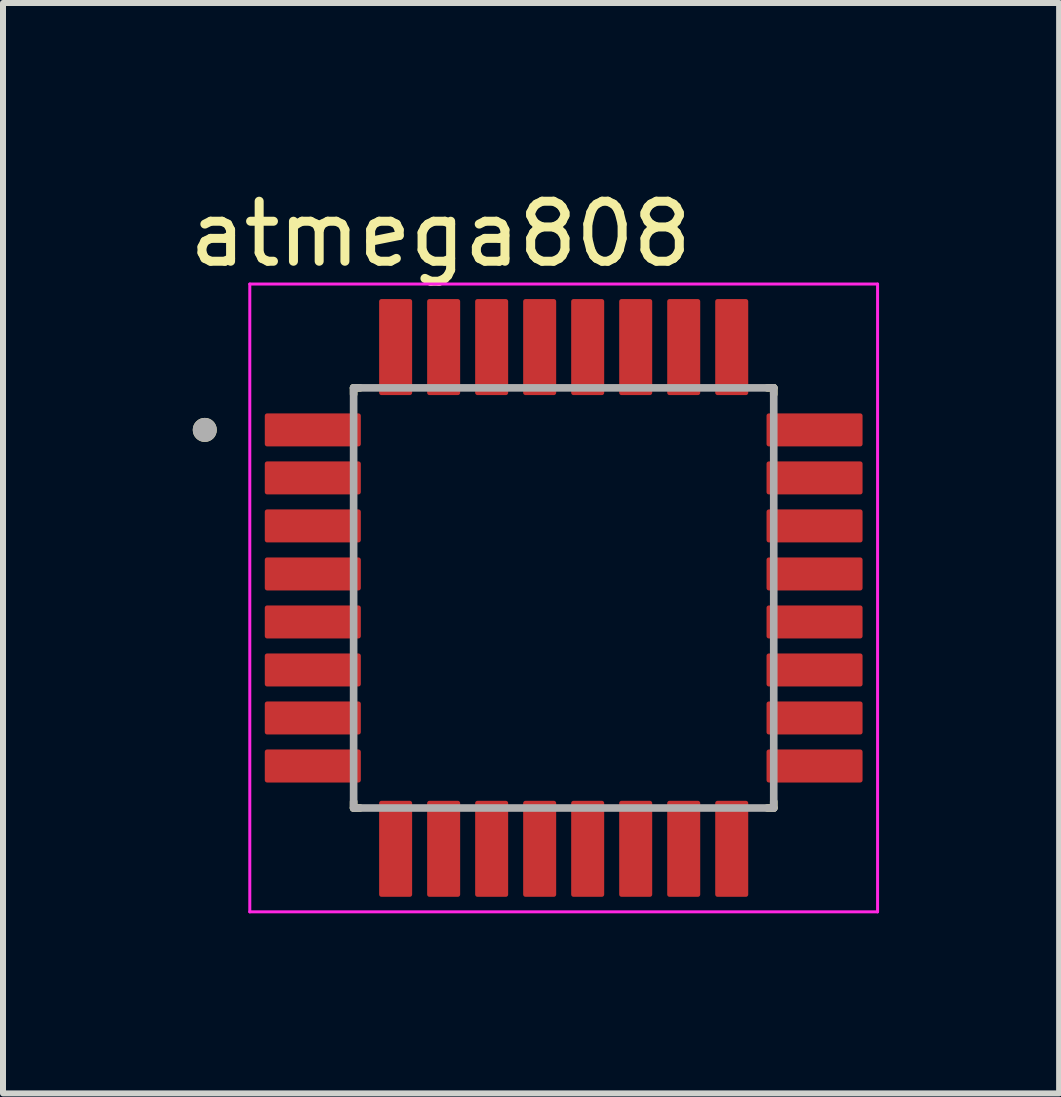
<source format=kicad_pcb>
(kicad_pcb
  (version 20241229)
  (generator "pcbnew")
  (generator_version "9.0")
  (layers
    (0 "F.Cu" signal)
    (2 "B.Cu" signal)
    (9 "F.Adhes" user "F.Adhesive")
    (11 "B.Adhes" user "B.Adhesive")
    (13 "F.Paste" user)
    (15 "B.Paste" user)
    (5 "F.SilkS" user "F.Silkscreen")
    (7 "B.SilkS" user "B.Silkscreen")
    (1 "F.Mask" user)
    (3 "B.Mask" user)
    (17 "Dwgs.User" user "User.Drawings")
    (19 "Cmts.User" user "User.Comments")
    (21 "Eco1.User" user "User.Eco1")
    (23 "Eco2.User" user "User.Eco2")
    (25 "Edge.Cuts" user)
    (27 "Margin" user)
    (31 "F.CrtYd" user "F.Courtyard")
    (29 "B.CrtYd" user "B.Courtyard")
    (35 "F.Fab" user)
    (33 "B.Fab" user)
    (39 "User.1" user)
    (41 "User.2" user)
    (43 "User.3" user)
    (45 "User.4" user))
  (footprint "atmega808"
    (layer "F.Cu")
    (at 6.342 6.913)
    (property "Reference" "atmega808" (at -2.05 -6.065 0) (layer "F.SilkS") (effects (font (size 1 1) (thickness 0.15))))
    (attr smd)
    (fp_line (start -3.5 -3.5) (end -3.5 -3.395) (stroke (width 0.127) (type solid)) (layer "F.SilkS"))
    (fp_line (start -3.5 -3.5) (end -3.395 -3.5) (stroke (width 0.127) (type solid)) (layer "F.SilkS"))
    (fp_line (start -3.5 3.5) (end -3.5 3.395) (stroke (width 0.127) (type solid)) (layer "F.SilkS"))
    (fp_line (start -3.5 3.5) (end -3.395 3.5) (stroke (width 0.127) (type solid)) (layer "F.SilkS"))
    (fp_line (start 3.5 -3.5) (end 3.395 -3.5) (stroke (width 0.127) (type solid)) (layer "F.SilkS"))
    (fp_line (start 3.5 -3.5) (end 3.5 -3.395) (stroke (width 0.127) (type solid)) (layer "F.SilkS"))
    (fp_line (start 3.5 3.5) (end 3.395 3.5) (stroke (width 0.127) (type solid)) (layer "F.SilkS"))
    (fp_line (start 3.5 3.5) (end 3.5 3.395) (stroke (width 0.127) (type solid)) (layer "F.SilkS"))
    (fp_circle (center -5.98 -2.8) (end -5.88 -2.8) (stroke (width 0.2) (type solid)) (fill no) (layer "F.SilkS"))
    (fp_line (start -5.23 -5.23) (end 5.23 -5.23) (stroke (width 0.05) (type solid)) (layer "F.CrtYd"))
    (fp_line (start -5.23 5.23) (end -5.23 -5.23) (stroke (width 0.05) (type solid)) (layer "F.CrtYd"))
    (fp_line (start -5.23 5.23) (end 5.23 5.23) (stroke (width 0.05) (type solid)) (layer "F.CrtYd"))
    (fp_line (start 5.23 5.23) (end 5.23 -5.23) (stroke (width 0.05) (type solid)) (layer "F.CrtYd"))
    (fp_line (start -3.5 3.5) (end -3.5 -3.5) (stroke (width 0.127) (type solid)) (layer "F.Fab"))
    (fp_line (start 3.5 -3.5) (end -3.5 -3.5) (stroke (width 0.127) (type solid)) (layer "F.Fab"))
    (fp_line (start 3.5 3.5) (end -3.5 3.5) (stroke (width 0.127) (type solid)) (layer "F.Fab"))
    (fp_line (start 3.5 3.5) (end 3.5 -3.5) (stroke (width 0.127) (type solid)) (layer "F.Fab"))
    (fp_circle (center -5.98 -2.8) (end -5.88 -2.8) (stroke (width 0.2) (type solid)) (fill no) (layer "F.Fab"))
    (pad "1" smd roundrect (at -4.18 -2.8) (size 1.6 0.55) (layers "F.Cu" "F.Mask" "F.Paste") (roundrect_rratio 0.07))
    (pad "2" smd roundrect (at -4.18 -2) (size 1.6 0.55) (layers "F.Cu" "F.Mask" "F.Paste") (roundrect_rratio 0.07))
    (pad "3" smd roundrect (at -4.18 -1.2) (size 1.6 0.55) (layers "F.Cu" "F.Mask" "F.Paste") (roundrect_rratio 0.07))
    (pad "4" smd roundrect (at -4.18 -0.4) (size 1.6 0.55) (layers "F.Cu" "F.Mask" "F.Paste") (roundrect_rratio 0.07))
    (pad "5" smd roundrect (at -4.18 0.4) (size 1.6 0.55) (layers "F.Cu" "F.Mask" "F.Paste") (roundrect_rratio 0.07))
    (pad "6" smd roundrect (at -4.18 1.2) (size 1.6 0.55) (layers "F.Cu" "F.Mask" "F.Paste") (roundrect_rratio 0.07))
    (pad "7" smd roundrect (at -4.18 2) (size 1.6 0.55) (layers "F.Cu" "F.Mask" "F.Paste") (roundrect_rratio 0.07))
    (pad "8" smd roundrect (at -4.18 2.8) (size 1.6 0.55) (layers "F.Cu" "F.Mask" "F.Paste") (roundrect_rratio 0.07))
    (pad "9" smd roundrect (at -2.8 4.18 90) (size 1.6 0.55) (layers "F.Cu" "F.Mask" "F.Paste") (roundrect_rratio 0.07))
    (pad "10" smd roundrect (at -2 4.18 90) (size 1.6 0.55) (layers "F.Cu" "F.Mask" "F.Paste") (roundrect_rratio 0.07))
    (pad "11" smd roundrect (at -1.2 4.18 90) (size 1.6 0.55) (layers "F.Cu" "F.Mask" "F.Paste") (roundrect_rratio 0.07))
    (pad "12" smd roundrect (at -0.4 4.18 90) (size 1.6 0.55) (layers "F.Cu" "F.Mask" "F.Paste") (roundrect_rratio 0.07))
    (pad "13" smd roundrect (at 0.4 4.18 90) (size 1.6 0.55) (layers "F.Cu" "F.Mask" "F.Paste") (roundrect_rratio 0.07))
    (pad "14" smd roundrect (at 1.2 4.18 90) (size 1.6 0.55) (layers "F.Cu" "F.Mask" "F.Paste") (roundrect_rratio 0.07))
    (pad "15" smd roundrect (at 2 4.18 90) (size 1.6 0.55) (layers "F.Cu" "F.Mask" "F.Paste") (roundrect_rratio 0.07))
    (pad "16" smd roundrect (at 2.8 4.18 90) (size 1.6 0.55) (layers "F.Cu" "F.Mask" "F.Paste") (roundrect_rratio 0.07))
    (pad "17" smd roundrect (at 4.18 2.8) (size 1.6 0.55) (layers "F.Cu" "F.Mask" "F.Paste") (roundrect_rratio 0.07))
    (pad "18" smd roundrect (at 4.18 2) (size 1.6 0.55) (layers "F.Cu" "F.Mask" "F.Paste") (roundrect_rratio 0.07))
    (pad "19" smd roundrect (at 4.18 1.2) (size 1.6 0.55) (layers "F.Cu" "F.Mask" "F.Paste") (roundrect_rratio 0.07))
    (pad "20" smd roundrect (at 4.18 0.4) (size 1.6 0.55) (layers "F.Cu" "F.Mask" "F.Paste") (roundrect_rratio 0.07))
    (pad "21" smd roundrect (at 4.18 -0.4) (size 1.6 0.55) (layers "F.Cu" "F.Mask" "F.Paste") (roundrect_rratio 0.07))
    (pad "22" smd roundrect (at 4.18 -1.2) (size 1.6 0.55) (layers "F.Cu" "F.Mask" "F.Paste") (roundrect_rratio 0.07))
    (pad "23" smd roundrect (at 4.18 -2) (size 1.6 0.55) (layers "F.Cu" "F.Mask" "F.Paste") (roundrect_rratio 0.07))
    (pad "24" smd roundrect (at 4.18 -2.8) (size 1.6 0.55) (layers "F.Cu" "F.Mask" "F.Paste") (roundrect_rratio 0.07))
    (pad "25" smd roundrect (at 2.8 -4.18 90) (size 1.6 0.55) (layers "F.Cu" "F.Mask" "F.Paste") (roundrect_rratio 0.07))
    (pad "26" smd roundrect (at 2 -4.18 90) (size 1.6 0.55) (layers "F.Cu" "F.Mask" "F.Paste") (roundrect_rratio 0.07))
    (pad "27" smd roundrect (at 1.2 -4.18 90) (size 1.6 0.55) (layers "F.Cu" "F.Mask" "F.Paste") (roundrect_rratio 0.07))
    (pad "28" smd roundrect (at 0.4 -4.18 90) (size 1.6 0.55) (layers "F.Cu" "F.Mask" "F.Paste") (roundrect_rratio 0.07))
    (pad "29" smd roundrect (at -0.4 -4.18 90) (size 1.6 0.55) (layers "F.Cu" "F.Mask" "F.Paste") (roundrect_rratio 0.07))
    (pad "30" smd roundrect (at -1.2 -4.18 90) (size 1.6 0.55) (layers "F.Cu" "F.Mask" "F.Paste") (roundrect_rratio 0.07))
    (pad "31" smd roundrect (at -2 -4.18 90) (size 1.6 0.55) (layers "F.Cu" "F.Mask" "F.Paste") (roundrect_rratio 0.07))
    (pad "32" smd roundrect (at -2.8 -4.18 90) (size 1.6 0.55) (layers "F.Cu" "F.Mask" "F.Paste") (roundrect_rratio 0.07)))
  (gr_rect
    (start -3 -3)
    (end 14.597 15.168)
    (stroke (width 0.1) (type default))
    (fill no)
    (layer "Edge.Cuts")))
</source>
